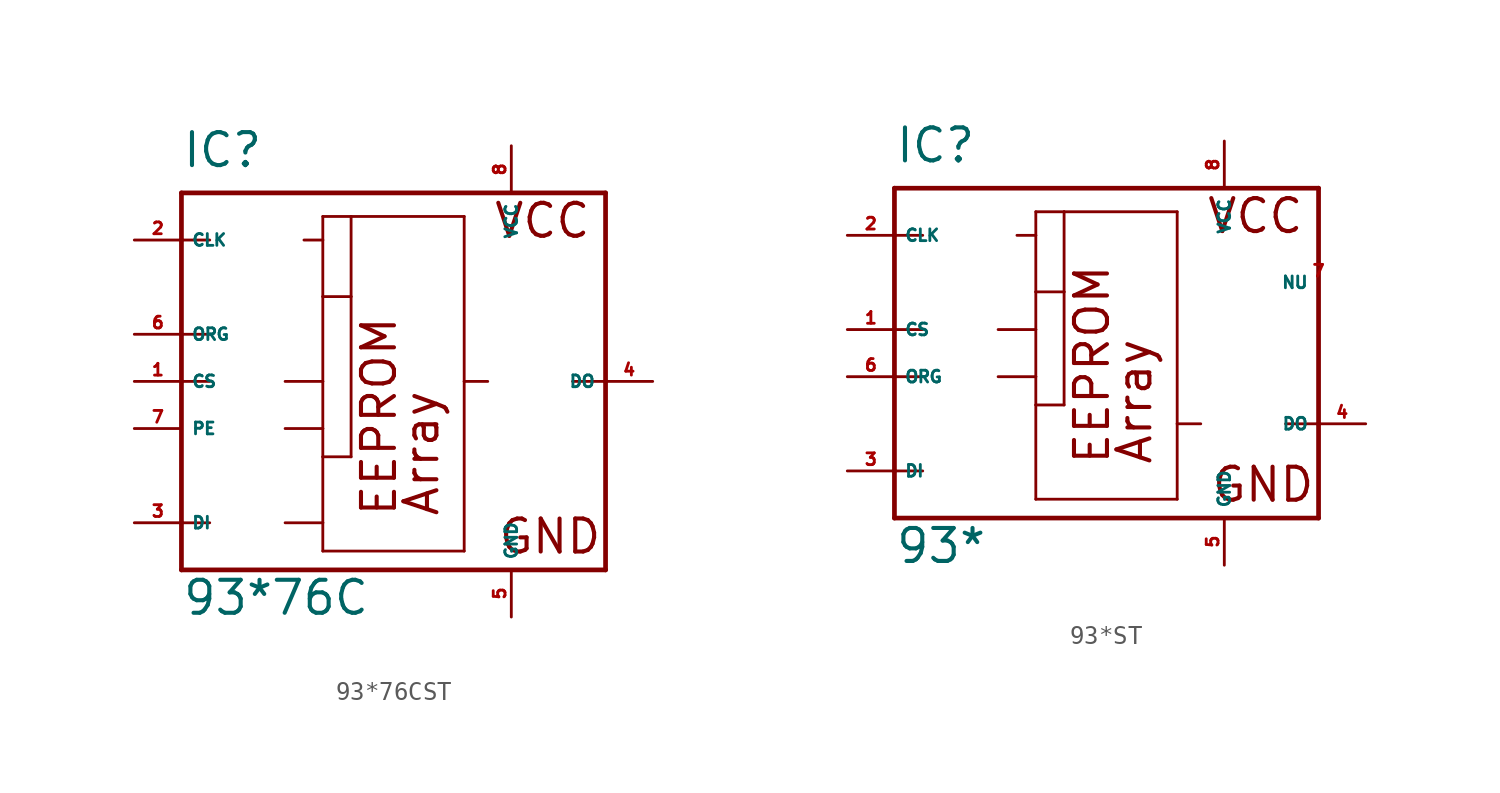
<source format=kicad_sym>
(kicad_symbol_lib
  (version 20220914)
  (generator Eagle2Kicad)
  (symbol "93*76CST"
    (property "Reference" "IC"
      (at -10.16 11.43 0)
      (effects (font (size 1.778 1.778) (thickness 0.22)) (justify left bottom)))
    (property "Value" "93*76C"
      (at -10.16 -12.7 0)
      (effects (font (size 1.778 1.778) (thickness 0.22)) (justify left bottom)))
    (polyline
      (pts (xy -10.16 10.16) (xy 12.7 10.16))
      (stroke (width 0.254) (type default))
      (fill (type none)))
    (polyline
      (pts (xy 12.7 10.16) (xy 12.7 0))
      (stroke (width 0.254) (type default))
      (fill (type none)))
    (polyline
      (pts (xy 12.7 0) (xy 12.7 -10.16))
      (stroke (width 0.254) (type default))
      (fill (type none)))
    (polyline
      (pts (xy 12.7 -10.16) (xy -10.16 -10.16))
      (stroke (width 0.254) (type default))
      (fill (type none)))
    (polyline
      (pts (xy -10.16 -10.16) (xy -10.16 -7.62))
      (stroke (width 0.254) (type default))
      (fill (type none)))
    (polyline
      (pts (xy -10.16 -7.62) (xy -10.16 0))
      (stroke (width 0.254) (type default))
      (fill (type none)))
    (polyline
      (pts (xy -10.16 0) (xy -10.16 2.54))
      (stroke (width 0.254) (type default))
      (fill (type none)))
    (polyline
      (pts (xy -10.16 2.54) (xy -10.16 7.62))
      (stroke (width 0.254) (type default))
      (fill (type none)))
    (polyline
      (pts (xy -10.16 7.62) (xy -10.16 10.16))
      (stroke (width 0.254) (type default))
      (fill (type none)))
    (polyline
      (pts (xy -2.54 8.89) (xy -1.016 8.89))
      (stroke (width 0.152) (type default))
      (fill (type none)))
    (polyline
      (pts (xy -1.016 8.89) (xy 5.08 8.89))
      (stroke (width 0.152) (type default))
      (fill (type none)))
    (polyline
      (pts (xy 5.08 8.89) (xy 5.08 0))
      (stroke (width 0.152) (type default))
      (fill (type none)))
    (polyline
      (pts (xy 5.08 0) (xy 5.08 -9.144))
      (stroke (width 0.152) (type default))
      (fill (type none)))
    (polyline
      (pts (xy 5.08 -9.144) (xy -2.54 -9.144))
      (stroke (width 0.152) (type default))
      (fill (type none)))
    (polyline
      (pts (xy -2.54 -9.144) (xy -2.54 -7.62))
      (stroke (width 0.152) (type default))
      (fill (type none)))
    (polyline
      (pts (xy -2.54 -7.62) (xy -2.54 -4.064))
      (stroke (width 0.152) (type default))
      (fill (type none)))
    (polyline
      (pts (xy -2.54 -4.064) (xy -2.54 -2.54))
      (stroke (width 0.152) (type default))
      (fill (type none)))
    (polyline
      (pts (xy -2.54 -2.54) (xy -2.54 0))
      (stroke (width 0.152) (type default))
      (fill (type none)))
    (polyline
      (pts (xy -2.54 0) (xy -2.54 4.572))
      (stroke (width 0.152) (type default))
      (fill (type none)))
    (polyline
      (pts (xy -2.54 4.572) (xy -2.54 7.62))
      (stroke (width 0.152) (type default))
      (fill (type none)))
    (polyline
      (pts (xy -2.54 7.62) (xy -2.54 8.89))
      (stroke (width 0.152) (type default))
      (fill (type none)))
    (polyline
      (pts (xy -10.16 0) (xy -8.636 0))
      (stroke (width 0.152) (type default))
      (fill (type none)))
    (polyline
      (pts (xy -10.16 -7.62) (xy -8.636 -7.62))
      (stroke (width 0.152) (type default))
      (fill (type none)))
    (polyline
      (pts (xy -10.16 7.62) (xy -8.636 7.62))
      (stroke (width 0.152) (type default))
      (fill (type none)))
    (polyline
      (pts (xy -3.556 7.62) (xy -2.54 7.62))
      (stroke (width 0.152) (type default))
      (fill (type none)))
    (polyline
      (pts (xy 12.7 0) (xy 10.922 0))
      (stroke (width 0.152) (type default))
      (fill (type none)))
    (polyline
      (pts (xy 6.35 0) (xy 5.08 0))
      (stroke (width 0.152) (type default))
      (fill (type none)))
    (polyline
      (pts (xy -1.016 4.572) (xy -1.016 -4.064))
      (stroke (width 0.152) (type default))
      (fill (type none)))
    (polyline
      (pts (xy -10.16 2.54) (xy -8.636 2.54))
      (stroke (width 0.152) (type default))
      (fill (type none)))
    (polyline
      (pts (xy -4.572 0) (xy -2.54 0))
      (stroke (width 0.152) (type default))
      (fill (type none)))
    (polyline
      (pts (xy -2.54 4.572) (xy -1.016 4.572))
      (stroke (width 0.152) (type default))
      (fill (type none)))
    (polyline
      (pts (xy -4.572 -2.54) (xy -2.54 -2.54))
      (stroke (width 0.152) (type default))
      (fill (type none)))
    (polyline
      (pts (xy -2.54 -4.064) (xy -1.016 -4.064))
      (stroke (width 0.152) (type default))
      (fill (type none)))
    (polyline
      (pts (xy -1.016 8.89) (xy -1.016 4.572))
      (stroke (width 0.152) (type default))
      (fill (type none)))
    (polyline
      (pts (xy -4.572 -7.62) (xy -2.54 -7.62))
      (stroke (width 0.152) (type default))
      (fill (type none)))
    (text "Array"
      (at 3.81 -7.366 900)
      (effects (font (size 1.778 1.778) (thickness 0.22)) (justify left bottom)))
    (text "VCC"
      (at 6.604 7.62 0)
      (effects (font (size 1.778 1.778) (thickness 0.22)) (justify left bottom)))
    (text "GND"
      (at 6.858 -9.398 0)
      (effects (font (size 1.778 1.778) (thickness 0.22)) (justify left bottom)))
    (text "EEPROM"
      (at 1.524 -7.366 900)
      (effects (font (size 1.778 1.778) (thickness 0.22)) (justify left bottom)))
    (pin unspecified line
      (at 7.62 12.7 270)
      (length 2.54)
      (name "VCC" (effects (font (size 0.635 0.635) (thickness 0.08)) (justify left bottom)))
      (number "8" (effects (font (size 0.635 0.635) (thickness 0.08)) (justify left bottom))))
    (pin unspecified line
      (at 7.62 -12.7 90)
      (length 2.54)
      (name "GND" (effects (font (size 0.635 0.635) (thickness 0.08)) (justify left bottom)))
      (number "5" (effects (font (size 0.635 0.635) (thickness 0.08)) (justify left bottom))))
    (pin input line
      (at -12.7 7.62 0)
      (length 2.54)
      (name "CLK" (effects (font (size 0.635 0.635) (thickness 0.08)) (justify left bottom)))
      (number "2" (effects (font (size 0.635 0.635) (thickness 0.08)) (justify left bottom))))
    (pin tri_state line
      (at 15.24 0 180)
      (length 2.54)
      (name "DO" (effects (font (size 0.635 0.635) (thickness 0.08)) (justify left bottom)))
      (number "4" (effects (font (size 0.635 0.635) (thickness 0.08)) (justify left bottom))))
    (pin input line
      (at -12.7 2.54 0)
      (length 2.54)
      (name "ORG" (effects (font (size 0.635 0.635) (thickness 0.08)) (justify left bottom)))
      (number "6" (effects (font (size 0.635 0.635) (thickness 0.08)) (justify left bottom))))
    (pin input line
      (at -12.7 -2.54 0)
      (length 2.54)
      (name "PE" (effects (font (size 0.635 0.635) (thickness 0.08)) (justify left bottom)))
      (number "7" (effects (font (size 0.635 0.635) (thickness 0.08)) (justify left bottom))))
    (pin input line
      (at -12.7 -7.62 0)
      (length 2.54)
      (name "DI" (effects (font (size 0.635 0.635) (thickness 0.08)) (justify left bottom)))
      (number "3" (effects (font (size 0.635 0.635) (thickness 0.08)) (justify left bottom))))
    (pin input line
      (at -12.7 0 0)
      (length 2.54)
      (name "CS" (effects (font (size 0.635 0.635) (thickness 0.08)) (justify left bottom)))
      (number "1" (effects (font (size 0.635 0.635) (thickness 0.08)) (justify left bottom)))))
  (symbol "93*ST"
    (property "Reference" "IC"
      (at -10.16 11.43 0)
      (effects (font (size 1.778 1.778) (thickness 0.22)) (justify left bottom)))
    (property "Value" "93*"
      (at -10.16 -10.16 0)
      (effects (font (size 1.778 1.778) (thickness 0.22)) (justify left bottom)))
    (polyline
      (pts (xy -10.16 10.16) (xy 12.7 10.16))
      (stroke (width 0.254) (type default))
      (fill (type none)))
    (polyline
      (pts (xy 12.7 10.16) (xy 12.7 -2.54))
      (stroke (width 0.254) (type default))
      (fill (type none)))
    (polyline
      (pts (xy 12.7 -2.54) (xy 12.7 -7.62))
      (stroke (width 0.254) (type default))
      (fill (type none)))
    (polyline
      (pts (xy 12.7 -7.62) (xy -10.16 -7.62))
      (stroke (width 0.254) (type default))
      (fill (type none)))
    (polyline
      (pts (xy -10.16 -7.62) (xy -10.16 -5.08))
      (stroke (width 0.254) (type default))
      (fill (type none)))
    (polyline
      (pts (xy -10.16 -5.08) (xy -10.16 0))
      (stroke (width 0.254) (type default))
      (fill (type none)))
    (polyline
      (pts (xy -10.16 0) (xy -10.16 2.54))
      (stroke (width 0.254) (type default))
      (fill (type none)))
    (polyline
      (pts (xy -10.16 2.54) (xy -10.16 7.62))
      (stroke (width 0.254) (type default))
      (fill (type none)))
    (polyline
      (pts (xy -10.16 7.62) (xy -10.16 10.16))
      (stroke (width 0.254) (type default))
      (fill (type none)))
    (polyline
      (pts (xy -2.54 8.89) (xy -1.016 8.89))
      (stroke (width 0.152) (type default))
      (fill (type none)))
    (polyline
      (pts (xy -1.016 8.89) (xy 5.08 8.89))
      (stroke (width 0.152) (type default))
      (fill (type none)))
    (polyline
      (pts (xy 5.08 8.89) (xy 5.08 -2.54))
      (stroke (width 0.152) (type default))
      (fill (type none)))
    (polyline
      (pts (xy 5.08 -2.54) (xy 5.08 -6.604))
      (stroke (width 0.152) (type default))
      (fill (type none)))
    (polyline
      (pts (xy 5.08 -6.604) (xy -2.54 -6.604))
      (stroke (width 0.152) (type default))
      (fill (type none)))
    (polyline
      (pts (xy -2.54 -6.604) (xy -2.54 -1.524))
      (stroke (width 0.152) (type default))
      (fill (type none)))
    (polyline
      (pts (xy -2.54 -1.524) (xy -2.54 0))
      (stroke (width 0.152) (type default))
      (fill (type none)))
    (polyline
      (pts (xy -2.54 0) (xy -2.54 2.54))
      (stroke (width 0.152) (type default))
      (fill (type none)))
    (polyline
      (pts (xy -2.54 2.54) (xy -2.54 4.572))
      (stroke (width 0.152) (type default))
      (fill (type none)))
    (polyline
      (pts (xy -2.54 4.572) (xy -2.54 7.62))
      (stroke (width 0.152) (type default))
      (fill (type none)))
    (polyline
      (pts (xy -2.54 7.62) (xy -2.54 8.89))
      (stroke (width 0.152) (type default))
      (fill (type none)))
    (polyline
      (pts (xy -10.16 0) (xy -8.636 0))
      (stroke (width 0.152) (type default))
      (fill (type none)))
    (polyline
      (pts (xy -10.16 -5.08) (xy -8.636 -5.08))
      (stroke (width 0.152) (type default))
      (fill (type none)))
    (polyline
      (pts (xy -10.16 7.62) (xy -8.636 7.62))
      (stroke (width 0.152) (type default))
      (fill (type none)))
    (polyline
      (pts (xy -3.556 7.62) (xy -2.54 7.62))
      (stroke (width 0.152) (type default))
      (fill (type none)))
    (polyline
      (pts (xy 12.7 -2.54) (xy 10.922 -2.54))
      (stroke (width 0.152) (type default))
      (fill (type none)))
    (polyline
      (pts (xy 6.35 -2.54) (xy 5.08 -2.54))
      (stroke (width 0.152) (type default))
      (fill (type none)))
    (polyline
      (pts (xy -1.016 4.572) (xy -1.016 -1.524))
      (stroke (width 0.152) (type default))
      (fill (type none)))
    (polyline
      (pts (xy -10.16 2.54) (xy -8.636 2.54))
      (stroke (width 0.152) (type default))
      (fill (type none)))
    (polyline
      (pts (xy -4.572 2.54) (xy -2.54 2.54))
      (stroke (width 0.152) (type default))
      (fill (type none)))
    (polyline
      (pts (xy -2.54 4.572) (xy -1.016 4.572))
      (stroke (width 0.152) (type default))
      (fill (type none)))
    (polyline
      (pts (xy -4.572 0) (xy -2.54 0))
      (stroke (width 0.152) (type default))
      (fill (type none)))
    (polyline
      (pts (xy -2.54 -1.524) (xy -1.016 -1.524))
      (stroke (width 0.152) (type default))
      (fill (type none)))
    (polyline
      (pts (xy -1.016 8.89) (xy -1.016 4.572))
      (stroke (width 0.152) (type default))
      (fill (type none)))
    (text "Array"
      (at 3.81 -4.826 900)
      (effects (font (size 1.778 1.778) (thickness 0.22)) (justify left bottom)))
    (text "VCC"
      (at 6.604 7.62 0)
      (effects (font (size 1.778 1.778) (thickness 0.22)) (justify left bottom)))
    (text "GND"
      (at 6.858 -6.858 0)
      (effects (font (size 1.778 1.778) (thickness 0.22)) (justify left bottom)))
    (text "EEPROM"
      (at 1.524 -4.826 900)
      (effects (font (size 1.778 1.778) (thickness 0.22)) (justify left bottom)))
    (pin unspecified line
      (at 7.62 12.7 270)
      (length 2.54)
      (name "VCC" (effects (font (size 0.635 0.635) (thickness 0.08)) (justify left bottom)))
      (number "8" (effects (font (size 0.635 0.635) (thickness 0.08)) (justify left bottom))))
    (pin unspecified line
      (at 7.62 -10.16 90)
      (length 2.54)
      (name "GND" (effects (font (size 0.635 0.635) (thickness 0.08)) (justify left bottom)))
      (number "5" (effects (font (size 0.635 0.635) (thickness 0.08)) (justify left bottom))))
    (pin input line
      (at -12.7 7.62 0)
      (length 2.54)
      (name "CLK" (effects (font (size 0.635 0.635) (thickness 0.08)) (justify left bottom)))
      (number "2" (effects (font (size 0.635 0.635) (thickness 0.08)) (justify left bottom))))
    (pin tri_state line
      (at 15.24 -2.54 180)
      (length 2.54)
      (name "DO" (effects (font (size 0.635 0.635) (thickness 0.08)) (justify left bottom)))
      (number "4" (effects (font (size 0.635 0.635) (thickness 0.08)) (justify left bottom))))
    (pin passive line
      (at 12.7 5.08 180)
      (length 0)
      (name "NU" (effects (font (size 0.635 0.635) (thickness 0.08)) (justify left bottom)))
      (number "7" (effects (font (size 0.635 0.635) (thickness 0.08)) (justify left bottom))))
    (pin input line
      (at -12.7 0 0)
      (length 2.54)
      (name "ORG" (effects (font (size 0.635 0.635) (thickness 0.08)) (justify left bottom)))
      (number "6" (effects (font (size 0.635 0.635) (thickness 0.08)) (justify left bottom))))
    (pin input line
      (at -12.7 -5.08 0)
      (length 2.54)
      (name "DI" (effects (font (size 0.635 0.635) (thickness 0.08)) (justify left bottom)))
      (number "3" (effects (font (size 0.635 0.635) (thickness 0.08)) (justify left bottom))))
    (pin input line
      (at -12.7 2.54 0)
      (length 2.54)
      (name "CS" (effects (font (size 0.635 0.635) (thickness 0.08)) (justify left bottom)))
      (number "1" (effects (font (size 0.635 0.635) (thickness 0.08)) (justify left bottom))))))
</source>
